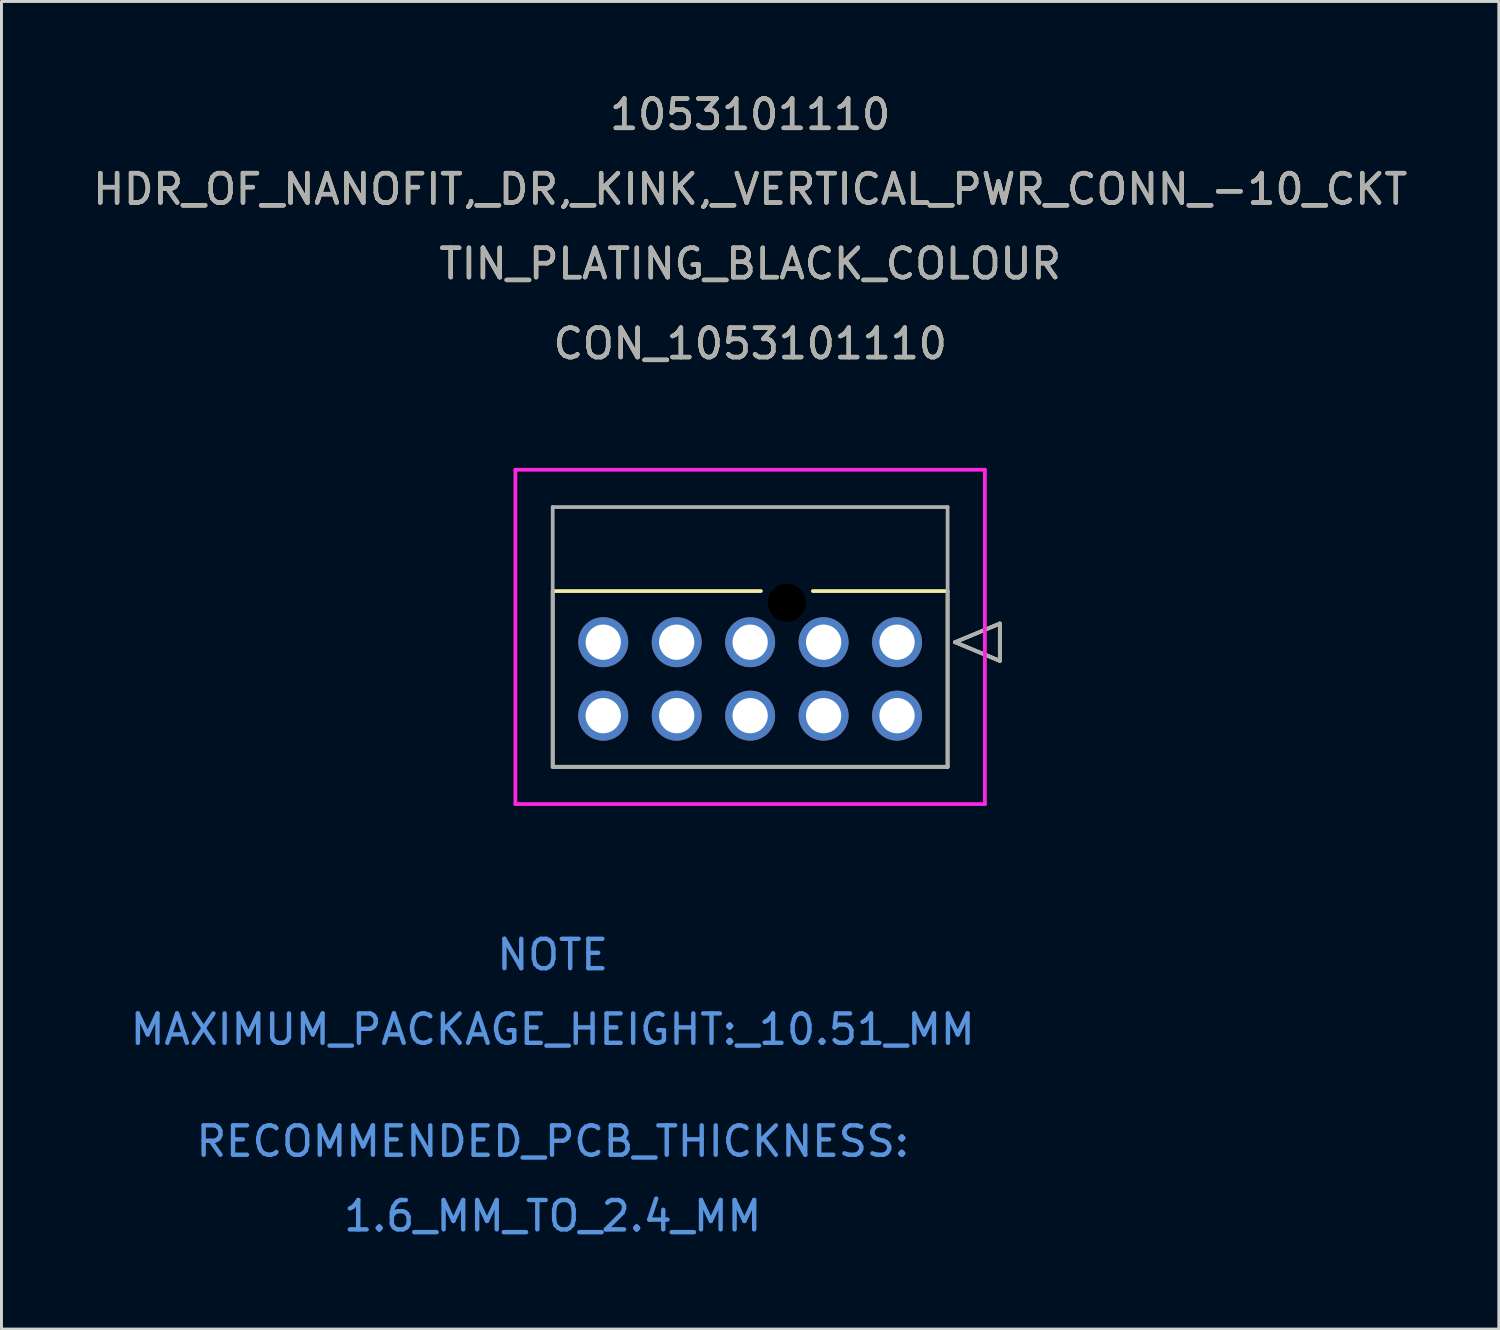
<source format=kicad_pcb>
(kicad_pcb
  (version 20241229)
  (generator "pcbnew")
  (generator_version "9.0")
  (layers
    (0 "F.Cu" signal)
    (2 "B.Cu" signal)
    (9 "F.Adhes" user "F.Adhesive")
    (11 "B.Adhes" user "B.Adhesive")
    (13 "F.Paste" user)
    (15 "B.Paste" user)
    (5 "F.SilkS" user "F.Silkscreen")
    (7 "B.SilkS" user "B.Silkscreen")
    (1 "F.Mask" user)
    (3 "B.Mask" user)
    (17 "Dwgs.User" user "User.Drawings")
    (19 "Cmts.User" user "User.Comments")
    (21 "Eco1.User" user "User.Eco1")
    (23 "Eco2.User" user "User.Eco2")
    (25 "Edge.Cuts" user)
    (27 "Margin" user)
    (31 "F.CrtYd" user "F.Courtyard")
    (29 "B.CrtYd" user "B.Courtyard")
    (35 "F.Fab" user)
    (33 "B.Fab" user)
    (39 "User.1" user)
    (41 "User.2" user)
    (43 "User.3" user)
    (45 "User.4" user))
  (footprint "CON_1053101110"
    (layer "F.Cu")
    (at 27.482 18.808)
    (property "Reference" "CON_1053101110" (at -5 -10.16 0) (unlocked yes) (layer "F.SilkS") (effects (font (size 1 1) (thickness 0.15))))
    (attr through_hole)
    (fp_line (start -11.72 -1.74) (end -11.72 4.24) (stroke (width 0.127) (type solid)) (layer "F.SilkS"))
    (fp_line (start -11.72 4.24) (end 1.72 4.24) (stroke (width 0.127) (type solid)) (layer "F.SilkS"))
    (fp_line (start -4.634 -1.74) (end -11.72 -1.74) (stroke (width 0.127) (type solid)) (layer "F.SilkS"))
    (fp_line (start 1.72 -1.74) (end -2.866 -1.74) (stroke (width 0.127) (type solid)) (layer "F.SilkS"))
    (fp_line (start 1.72 4.24) (end 1.72 -1.74) (stroke (width 0.127) (type solid)) (layer "F.SilkS"))
    (fp_line (start 1.974 0) (end 3.498 -0.635) (stroke (width 0.127) (type solid)) (layer "F.SilkS"))
    (fp_line (start 3.498 -0.635) (end 3.498 0.635) (stroke (width 0.127) (type solid)) (layer "F.SilkS"))
    (fp_line (start 3.498 0.635) (end 1.974 0) (stroke (width 0.127) (type solid)) (layer "F.SilkS"))
    (fp_line (start -12.99 -5.87) (end -12.99 5.51) (stroke (width 0.127) (type solid)) (layer "F.CrtYd"))
    (fp_line (start -12.99 5.51) (end 2.99 5.51) (stroke (width 0.127) (type solid)) (layer "F.CrtYd"))
    (fp_line (start 2.99 -5.87) (end -12.99 -5.87) (stroke (width 0.127) (type solid)) (layer "F.CrtYd"))
    (fp_line (start 2.99 5.51) (end 2.99 -5.87) (stroke (width 0.127) (type solid)) (layer "F.CrtYd"))
    (fp_line (start -11.72 -4.6) (end -11.72 4.24) (stroke (width 0.127) (type solid)) (layer "F.Fab"))
    (fp_line (start -11.72 4.24) (end 1.72 4.24) (stroke (width 0.127) (type solid)) (layer "F.Fab"))
    (fp_line (start 1.72 -4.6) (end -11.72 -4.6) (stroke (width 0.127) (type solid)) (layer "F.Fab"))
    (fp_line (start 1.72 4.24) (end 1.72 -4.6) (stroke (width 0.127) (type solid)) (layer "F.Fab"))
    (fp_line (start 1.974 0) (end 3.498 -0.635) (stroke (width 0.127) (type solid)) (layer "F.Fab"))
    (fp_line (start 3.498 -0.635) (end 3.498 0.635) (stroke (width 0.127) (type solid)) (layer "F.Fab"))
    (fp_line (start 3.498 0.635) (end 1.974 0) (stroke (width 0.127) (type solid)) (layer "F.Fab"))
    (fp_text user "HDR_OF_NANOFIT,_DR,_KINK,_VERTICAL_PWR_CONN_-10_CKT" (at -5 -15.42 0) (unlocked yes) (layer "F.SilkS") (effects (font (size 1 1) (thickness 0.15))))
    (fp_text user "TIN_PLATING_BLACK_COLOUR" (at -5 -12.88 0) (unlocked yes) (layer "F.SilkS") (effects (font (size 1 1) (thickness 0.15))))
    (fp_text user "1053101110" (at -5 -17.96 0) (unlocked yes) (layer "F.SilkS") (effects (font (size 1 1) (thickness 0.15))))
    (fp_text user "MAXIMUM_PACKAGE_HEIGHT:_10.51_MM" (at -11.72 13.18 0) (unlocked yes) (layer "Cmts.User") (effects (font (size 1 1) (thickness 0.15))))
    (fp_text user "RECOMMENDED_PCB_THICKNESS:" (at -11.72 16.99 0) (unlocked yes) (layer "Cmts.User") (effects (font (size 1 1) (thickness 0.15))))
    (fp_text user "1.6_MM_TO_2.4_MM" (at -11.72 19.53 0) (unlocked yes) (layer "Cmts.User") (effects (font (size 1 1) (thickness 0.15))))
    (fp_text user "NOTE" (at -11.72 10.64 0) (unlocked yes) (layer "Cmts.User") (effects (font (size 1 1) (thickness 0.15))))
    (fp_text user "${REFERENCE}" (at -5 -10.16 0) (unlocked yes) (layer "F.Fab") (effects (font (size 1 1) (thickness 0.15))))
    (fp_text user "TIN_PLATING_BLACK_COLOUR" (at -5 -12.88 0) (unlocked yes) (layer "F.Fab") (effects (font (size 1 1) (thickness 0.15))))
    (fp_text user "HDR_OF_NANOFIT,_DR,_KINK,_VERTICAL_PWR_CONN_-10_CKT" (at -5 -15.42 0) (unlocked yes) (layer "F.Fab") (effects (font (size 1 1) (thickness 0.15))))
    (fp_text user "1053101110" (at -5 -17.96 0) (unlocked yes) (layer "F.Fab") (effects (font (size 1 1) (thickness 0.15))))
    (pad "" np_thru_hole circle (at -3.75 -1.34) (size 1.3 1.3) (drill 1.3) (layers))
    (pad "1" thru_hole circle (at 0 0) (size 1.7 1.7) (drill 1.2) (layers "*.Cu" "*.Mask"))
    (pad "2" thru_hole circle (at -2.5 0) (size 1.7 1.7) (drill 1.2) (layers "*.Cu" "*.Mask"))
    (pad "3" thru_hole circle (at -5 0) (size 1.7 1.7) (drill 1.2) (layers "*.Cu" "*.Mask"))
    (pad "4" thru_hole circle (at -7.5 0) (size 1.7 1.7) (drill 1.2) (layers "*.Cu" "*.Mask"))
    (pad "5" thru_hole circle (at -10 0) (size 1.7 1.7) (drill 1.2) (layers "*.Cu" "*.Mask"))
    (pad "6" thru_hole circle (at 0 2.5) (size 1.7 1.7) (drill 1.2) (layers "*.Cu" "*.Mask"))
    (pad "7" thru_hole circle (at -2.5 2.5) (size 1.7 1.7) (drill 1.2) (layers "*.Cu" "*.Mask"))
    (pad "8" thru_hole circle (at -5 2.5) (size 1.7 1.7) (drill 1.2) (layers "*.Cu" "*.Mask"))
    (pad "9" thru_hole circle (at -7.5 2.5) (size 1.7 1.7) (drill 1.2) (layers "*.Cu" "*.Mask"))
    (pad "10" thru_hole circle (at -10 2.5) (size 1.7 1.7) (drill 1.2) (layers "*.Cu" "*.Mask")))
  (gr_rect
    (start -3 -3)
    (end 47.964 42.186)
    (stroke (width 0.1) (type default))
    (fill no)
    (layer "Edge.Cuts")))
</source>
